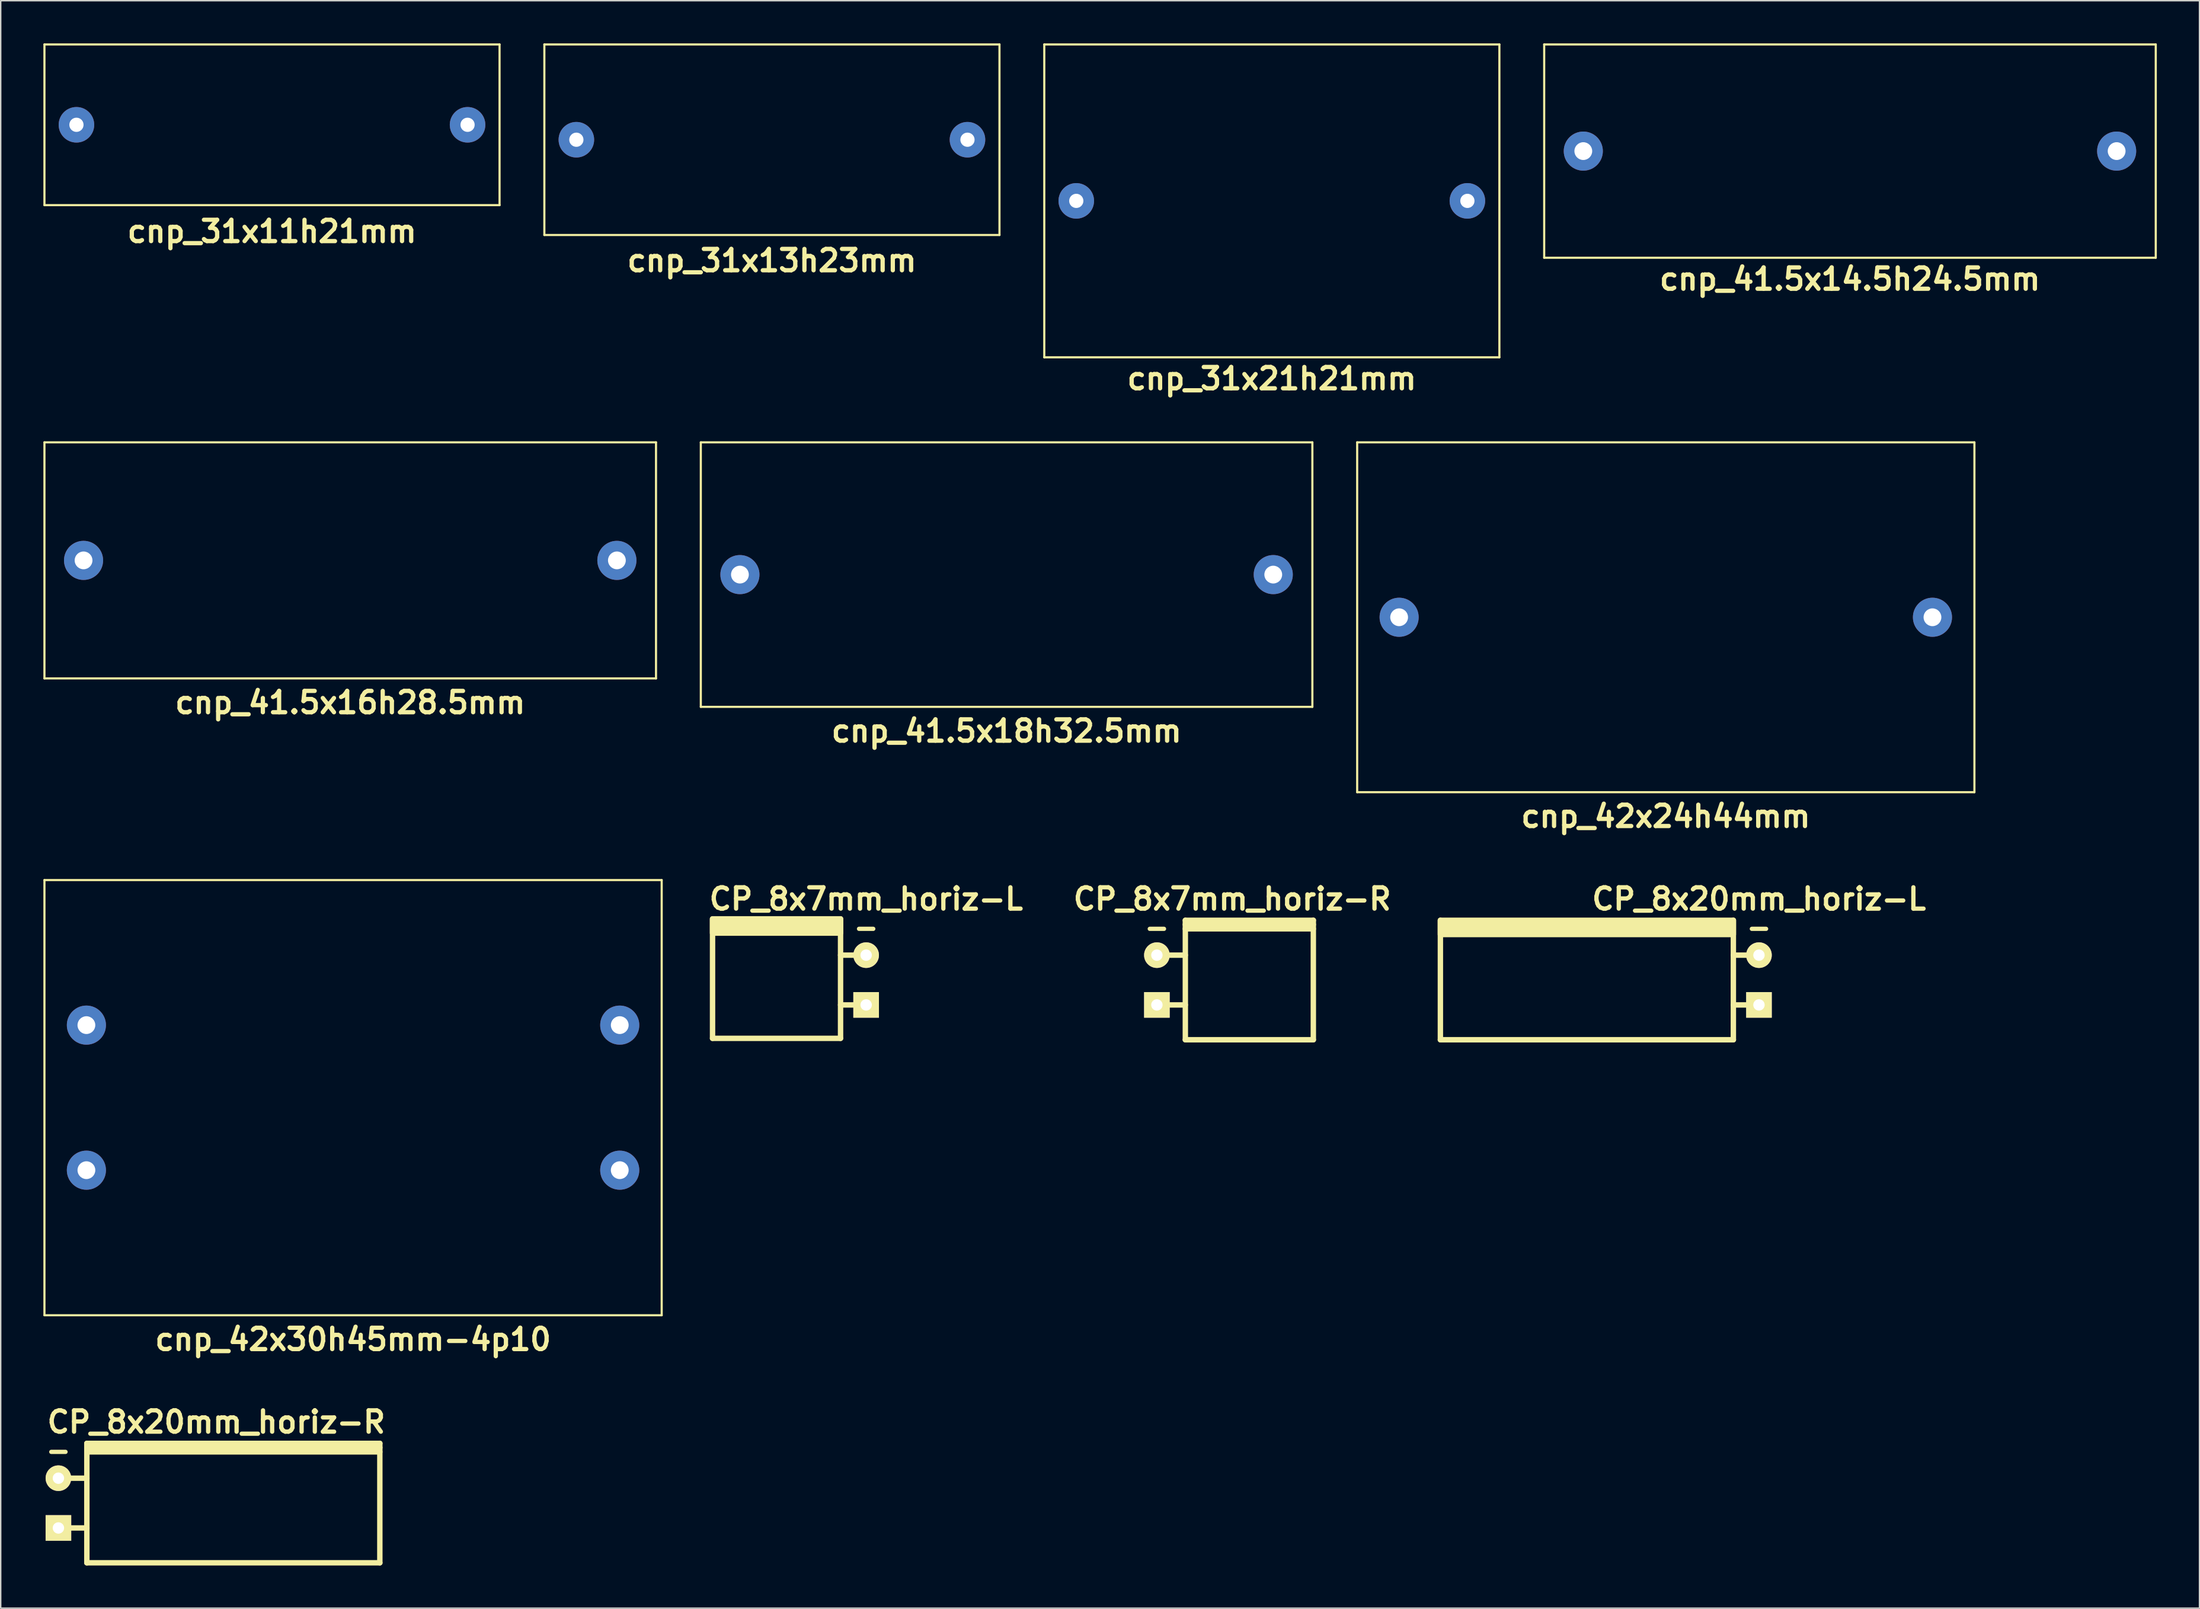
<source format=kicad_pcb>
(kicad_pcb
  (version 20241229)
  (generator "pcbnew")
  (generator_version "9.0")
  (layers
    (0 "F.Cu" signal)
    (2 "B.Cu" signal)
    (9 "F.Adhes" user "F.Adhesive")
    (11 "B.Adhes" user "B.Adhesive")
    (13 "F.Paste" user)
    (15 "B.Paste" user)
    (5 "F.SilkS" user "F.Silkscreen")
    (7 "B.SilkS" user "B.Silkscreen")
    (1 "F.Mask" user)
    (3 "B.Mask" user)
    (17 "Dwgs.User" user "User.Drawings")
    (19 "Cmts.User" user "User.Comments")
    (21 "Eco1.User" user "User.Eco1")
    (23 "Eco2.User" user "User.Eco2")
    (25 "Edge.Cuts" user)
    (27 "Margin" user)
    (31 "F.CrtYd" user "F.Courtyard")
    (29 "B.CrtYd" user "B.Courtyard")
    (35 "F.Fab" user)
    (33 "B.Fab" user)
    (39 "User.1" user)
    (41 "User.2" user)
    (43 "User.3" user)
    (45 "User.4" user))
  (footprint "CP_8x7mm_horiz-L"
    (layer "F.Cu")
    (at 57.85 65.862)
    (property "Reference" "CP_8x7mm_horiz-L" (at 0 -5.7 0) (layer "F.SilkS") (effects (font (size 1.5 1.5) (thickness 0.3))))
    (attr through_hole)
    (fp_line (start -10.8 4.1) (end -10.8 -4.3) (stroke (width 0.381) (type solid)) (layer "F.SilkS"))
    (fp_line (start -1.8 -4.3) (end -1.8 4.1) (stroke (width 0.381) (type solid)) (layer "F.SilkS"))
    (fp_line (start -1.8 -1.75) (end 0 -1.75) (stroke (width 0.381) (type solid)) (layer "F.SilkS"))
    (fp_line (start -1.8 1.75) (end 0 1.75) (stroke (width 0.381) (type solid)) (layer "F.SilkS"))
    (fp_line (start -1.8 4.1) (end -10.8 4.1) (stroke (width 0.381) (type solid)) (layer "F.SilkS"))
    (fp_line (start -0.5 -3.6) (end 0.5 -3.6) (stroke (width 0.3) (type solid)) (layer "F.SilkS"))
    (fp_poly (pts (xy -1.8 -3.3) (xy -10.8 -3.3) (xy -10.8 -4.3) (xy -1.8 -4.3)) (stroke (width 0.381) (type solid)) (fill yes) (layer "F.SilkS"))
    (pad "1" thru_hole rect (at 0 1.75) (size 1.8 1.8) (drill 0.8) (layers "*.Cu" "*.Mask" "F.SilkS"))
    (pad "2" thru_hole circle (at 0 -1.75) (size 1.8 1.8) (drill 0.8) (layers "*.Cu" "*.Mask" "F.SilkS")))
  (footprint "cnp_41.5x14.5h24.5mm"
    (layer "F.Cu")
    (at 127.025 7.575)
    (property "Reference" "cnp_41.5x14.5h24.5mm" (at 0 9 0) (layer "F.SilkS") (effects (font (size 1.5 1.5) (thickness 0.3))))
    (attr through_hole)
    (fp_line (start -21.5 -7.5) (end 21.5 -7.5) (stroke (width 0.15) (type solid)) (layer "F.SilkS"))
    (fp_line (start -21.5 7.5) (end -21.5 -7.5) (stroke (width 0.15) (type solid)) (layer "F.SilkS"))
    (fp_line (start 21.5 -7.5) (end 21.5 7.5) (stroke (width 0.15) (type solid)) (layer "F.SilkS"))
    (fp_line (start 21.5 7.5) (end -21.5 7.5) (stroke (width 0.15) (type solid)) (layer "F.SilkS"))
    (pad "1" thru_hole circle (at 18.75 0) (size 2.75 2.75) (drill 1.25) (layers "*.Cu" "*.Mask"))
    (pad "2" thru_hole circle (at -18.75 0) (size 2.75 2.75) (drill 1.25) (layers "*.Cu" "*.Mask")))
  (footprint "CP_8x7mm_horiz-R"
    (layer "F.Cu")
    (at 83.593 65.862)
    (property "Reference" "CP_8x7mm_horiz-R" (at 0 -5.7 0) (layer "F.SilkS") (effects (font (size 1.5 1.5) (thickness 0.3))))
    (attr through_hole)
    (fp_line (start -5.8 -3.6) (end -4.8 -3.6) (stroke (width 0.3) (type solid)) (layer "F.SilkS"))
    (fp_line (start -5.3 -1.75) (end -3.3 -1.75) (stroke (width 0.381) (type solid)) (layer "F.SilkS"))
    (fp_line (start -5.3 1.75) (end -3.3 1.75) (stroke (width 0.381) (type solid)) (layer "F.SilkS"))
    (fp_line (start -3.3 -3.9) (end 5.7 -3.9) (stroke (width 0.381) (type solid)) (layer "F.SilkS"))
    (fp_line (start -3.3 -3.6) (end 5.7 -3.6) (stroke (width 0.381) (type solid)) (layer "F.SilkS"))
    (fp_line (start -3.3 4.2) (end -3.3 -4.2) (stroke (width 0.381) (type solid)) (layer "F.SilkS"))
    (fp_line (start 5.7 -4.2) (end -3.3 -4.2) (stroke (width 0.381) (type solid)) (layer "F.SilkS"))
    (fp_line (start 5.7 -4.2) (end 5.7 4.2) (stroke (width 0.381) (type solid)) (layer "F.SilkS"))
    (fp_line (start 5.7 4.2) (end -3.3 4.2) (stroke (width 0.381) (type solid)) (layer "F.SilkS"))
    (pad "1" thru_hole rect (at -5.3 1.75) (size 1.8 1.8) (drill 0.8) (layers "*.Cu" "*.Mask" "F.SilkS"))
    (pad "2" thru_hole circle (at -5.3 -1.75) (size 1.8 1.8) (drill 0.8) (layers "*.Cu" "*.Mask" "F.SilkS")))
  (footprint "cnp_31x13h23mm"
    (layer "F.Cu")
    (at 51.225 6.775)
    (property "Reference" "cnp_31x13h23mm" (at 0 8.5 0) (layer "F.SilkS") (effects (font (size 1.5 1.5) (thickness 0.3))))
    (attr through_hole)
    (fp_line (start -16 -6.7) (end 16 -6.7) (stroke (width 0.15) (type solid)) (layer "F.SilkS"))
    (fp_line (start -16 6.7) (end -16 -6.7) (stroke (width 0.15) (type solid)) (layer "F.SilkS"))
    (fp_line (start 16 -6.7) (end 16 6.7) (stroke (width 0.15) (type solid)) (layer "F.SilkS"))
    (fp_line (start 16 6.7) (end -16 6.7) (stroke (width 0.15) (type solid)) (layer "F.SilkS"))
    (pad "1" thru_hole circle (at 13.75 0) (size 2.5 2.5) (drill 1) (layers "*.Cu" "*.Mask"))
    (pad "2" thru_hole circle (at -13.75 0) (size 2.5 2.5) (drill 1) (layers "*.Cu" "*.Mask")))
  (footprint "cnp_31x11h21mm"
    (layer "F.Cu")
    (at 16.075 5.725)
    (property "Reference" "cnp_31x11h21mm" (at 0 7.5 0) (layer "F.SilkS") (effects (font (size 1.5 1.5) (thickness 0.3))))
    (attr through_hole)
    (fp_line (start -16 -5.65) (end 16 -5.65) (stroke (width 0.15) (type solid)) (layer "F.SilkS"))
    (fp_line (start -16 5.65) (end -16 -5.65) (stroke (width 0.15) (type solid)) (layer "F.SilkS"))
    (fp_line (start 16 -5.65) (end 16 5.65) (stroke (width 0.15) (type solid)) (layer "F.SilkS"))
    (fp_line (start 16 5.65) (end -16 5.65) (stroke (width 0.15) (type solid)) (layer "F.SilkS"))
    (pad "1" thru_hole circle (at 13.75 0) (size 2.5 2.5) (drill 1) (layers "*.Cu" "*.Mask"))
    (pad "2" thru_hole circle (at -13.75 0) (size 2.5 2.5) (drill 1) (layers "*.Cu" "*.Mask")))
  (footprint "cnp_42x30h45mm-4p10"
    (layer "F.Cu")
    (at 21.775 74.133)
    (property "Reference" "cnp_42x30h45mm-4p10" (at 0 17 0) (layer "F.SilkS") (effects (font (size 1.5 1.5) (thickness 0.3))))
    (attr through_hole)
    (fp_line (start -21.7 -15.3) (end 21.7 -15.3) (stroke (width 0.15) (type solid)) (layer "F.SilkS"))
    (fp_line (start -21.7 15.3) (end -21.7 -15.3) (stroke (width 0.15) (type solid)) (layer "F.SilkS"))
    (fp_line (start 21.7 -15.3) (end 21.7 15.3) (stroke (width 0.15) (type solid)) (layer "F.SilkS"))
    (fp_line (start 21.7 15.3) (end -21.7 15.3) (stroke (width 0.15) (type solid)) (layer "F.SilkS"))
    (pad "1" thru_hole circle (at 18.75 -5.1) (size 2.75 2.75) (drill 1.25) (layers "*.Cu" "*.Mask"))
    (pad "1" thru_hole circle (at 18.75 5.1) (size 2.75 2.75) (drill 1.25) (layers "*.Cu" "*.Mask"))
    (pad "2" thru_hole circle (at -18.75 -5.1) (size 2.75 2.75) (drill 1.25) (layers "*.Cu" "*.Mask"))
    (pad "2" thru_hole circle (at -18.75 5.1) (size 2.75 2.75) (drill 1.25) (layers "*.Cu" "*.Mask")))
  (footprint "cnp_41.5x18h32.5mm"
    (layer "F.Cu")
    (at 67.725 37.354)
    (property "Reference" "cnp_41.5x18h32.5mm" (at 0 11 0) (layer "F.SilkS") (effects (font (size 1.5 1.5) (thickness 0.3))))
    (attr through_hole)
    (fp_line (start -21.5 -9.3) (end 21.5 -9.3) (stroke (width 0.15) (type solid)) (layer "F.SilkS"))
    (fp_line (start -21.5 9.3) (end -21.5 -9.3) (stroke (width 0.15) (type solid)) (layer "F.SilkS"))
    (fp_line (start 21.5 -9.3) (end 21.5 9.3) (stroke (width 0.15) (type solid)) (layer "F.SilkS"))
    (fp_line (start 21.5 9.3) (end -21.5 9.3) (stroke (width 0.15) (type solid)) (layer "F.SilkS"))
    (pad "1" thru_hole circle (at 18.75 0) (size 2.75 2.75) (drill 1.25) (layers "*.Cu" "*.Mask"))
    (pad "2" thru_hole circle (at -18.75 0) (size 2.75 2.75) (drill 1.25) (layers "*.Cu" "*.Mask")))
  (footprint "CP_8x20mm_horiz-R"
    (layer "F.Cu")
    (at 12.157 102.641)
    (property "Reference" "CP_8x20mm_horiz-R" (at 0 -5.7 0) (layer "F.SilkS") (effects (font (size 1.5 1.5) (thickness 0.3))))
    (attr through_hole)
    (fp_line (start -11.6 -3.6) (end -10.6 -3.6) (stroke (width 0.3) (type solid)) (layer "F.SilkS"))
    (fp_line (start -11.1 -1.75) (end -9.1 -1.75) (stroke (width 0.381) (type solid)) (layer "F.SilkS"))
    (fp_line (start -11.1 1.75) (end -9.1 1.75) (stroke (width 0.381) (type solid)) (layer "F.SilkS"))
    (fp_line (start -9.1 -3.9) (end 11.5 -3.9) (stroke (width 0.381) (type solid)) (layer "F.SilkS"))
    (fp_line (start -9.1 -3.6) (end 11.5 -3.6) (stroke (width 0.381) (type solid)) (layer "F.SilkS"))
    (fp_line (start -9.1 4.2) (end -9.1 -4.2) (stroke (width 0.381) (type solid)) (layer "F.SilkS"))
    (fp_line (start 11.5 -4.2) (end -9.1 -4.2) (stroke (width 0.381) (type solid)) (layer "F.SilkS"))
    (fp_line (start 11.5 -4.2) (end 11.5 4.2) (stroke (width 0.381) (type solid)) (layer "F.SilkS"))
    (fp_line (start 11.5 4.2) (end -9.1 4.2) (stroke (width 0.381) (type solid)) (layer "F.SilkS"))
    (pad "1" thru_hole rect (at -11.1 1.75) (size 1.8 1.8) (drill 0.8) (layers "*.Cu" "*.Mask" "F.SilkS"))
    (pad "2" thru_hole circle (at -11.1 -1.75) (size 1.8 1.8) (drill 0.8) (layers "*.Cu" "*.Mask" "F.SilkS")))
  (footprint "cnp_31x21h21mm"
    (layer "F.Cu")
    (at 86.375 11.075)
    (property "Reference" "cnp_31x21h21mm" (at 0 12.5 0) (layer "F.SilkS") (effects (font (size 1.5 1.5) (thickness 0.3))))
    (attr through_hole)
    (fp_line (start -16 -11) (end 16 -11) (stroke (width 0.15) (type solid)) (layer "F.SilkS"))
    (fp_line (start -16 11) (end -16 -11) (stroke (width 0.15) (type solid)) (layer "F.SilkS"))
    (fp_line (start 16 -11) (end 16 11) (stroke (width 0.15) (type solid)) (layer "F.SilkS"))
    (fp_line (start 16 11) (end -16 11) (stroke (width 0.15) (type solid)) (layer "F.SilkS"))
    (pad "1" thru_hole circle (at 13.75 0) (size 2.5 2.5) (drill 1) (layers "*.Cu" "*.Mask"))
    (pad "2" thru_hole circle (at -13.75 0) (size 2.5 2.5) (drill 1) (layers "*.Cu" "*.Mask")))
  (footprint "CP_8x20mm_horiz-L"
    (layer "F.Cu")
    (at 120.626 65.862)
    (property "Reference" "CP_8x20mm_horiz-L" (at 0 -5.7 0) (layer "F.SilkS") (effects (font (size 1.5 1.5) (thickness 0.3))))
    (attr through_hole)
    (fp_line (start -22.4 4.2) (end -22.4 -4.2) (stroke (width 0.381) (type solid)) (layer "F.SilkS"))
    (fp_line (start -1.8 -4.2) (end -1.8 4.2) (stroke (width 0.381) (type solid)) (layer "F.SilkS"))
    (fp_line (start -1.8 -1.75) (end 0 -1.75) (stroke (width 0.381) (type solid)) (layer "F.SilkS"))
    (fp_line (start -1.8 1.75) (end 0 1.75) (stroke (width 0.381) (type solid)) (layer "F.SilkS"))
    (fp_line (start -1.8 4.2) (end -22.4 4.2) (stroke (width 0.381) (type solid)) (layer "F.SilkS"))
    (fp_line (start -0.5 -3.6) (end 0.5 -3.6) (stroke (width 0.3) (type solid)) (layer "F.SilkS"))
    (fp_poly (pts (xy -1.8 -3.2) (xy -22.4 -3.2) (xy -22.4 -4.2) (xy -1.8 -4.2)) (stroke (width 0.381) (type solid)) (fill yes) (layer "F.SilkS"))
    (pad "1" thru_hole rect (at 0 1.75) (size 1.8 1.8) (drill 0.8) (layers "*.Cu" "*.Mask" "F.SilkS"))
    (pad "2" thru_hole circle (at 0 -1.75) (size 1.8 1.8) (drill 0.8) (layers "*.Cu" "*.Mask" "F.SilkS")))
  (footprint "cnp_41.5x16h28.5mm"
    (layer "F.Cu")
    (at 21.575 36.354)
    (property "Reference" "cnp_41.5x16h28.5mm" (at 0 10 0) (layer "F.SilkS") (effects (font (size 1.5 1.5) (thickness 0.3))))
    (attr through_hole)
    (fp_line (start -21.5 -8.3) (end 21.5 -8.3) (stroke (width 0.15) (type solid)) (layer "F.SilkS"))
    (fp_line (start -21.5 8.3) (end -21.5 -8.3) (stroke (width 0.15) (type solid)) (layer "F.SilkS"))
    (fp_line (start 21.5 -8.3) (end 21.5 8.3) (stroke (width 0.15) (type solid)) (layer "F.SilkS"))
    (fp_line (start 21.5 8.3) (end -21.5 8.3) (stroke (width 0.15) (type solid)) (layer "F.SilkS"))
    (pad "1" thru_hole circle (at 18.75 0) (size 2.75 2.75) (drill 1.25) (layers "*.Cu" "*.Mask"))
    (pad "2" thru_hole circle (at -18.75 0) (size 2.75 2.75) (drill 1.25) (layers "*.Cu" "*.Mask")))
  (footprint "cnp_42x24h44mm"
    (layer "F.Cu")
    (at 114.075 40.354)
    (property "Reference" "cnp_42x24h44mm" (at 0 14 0) (layer "F.SilkS") (effects (font (size 1.5 1.5) (thickness 0.3))))
    (attr through_hole)
    (fp_line (start -21.7 -12.3) (end 21.7 -12.3) (stroke (width 0.15) (type solid)) (layer "F.SilkS"))
    (fp_line (start -21.7 12.3) (end -21.7 -12.3) (stroke (width 0.15) (type solid)) (layer "F.SilkS"))
    (fp_line (start 21.7 -12.3) (end 21.7 12.3) (stroke (width 0.15) (type solid)) (layer "F.SilkS"))
    (fp_line (start 21.7 12.3) (end -21.7 12.3) (stroke (width 0.15) (type solid)) (layer "F.SilkS"))
    (pad "1" thru_hole circle (at 18.75 0) (size 2.75 2.75) (drill 1.25) (layers "*.Cu" "*.Mask"))
    (pad "2" thru_hole circle (at -18.75 0) (size 2.75 2.75) (drill 1.25) (layers "*.Cu" "*.Mask")))
  (gr_rect
    (start -3 -3)
    (end 151.6 110.031)
    (stroke (width 0.1) (type default))
    (fill no)
    (layer "Edge.Cuts")))
</source>
